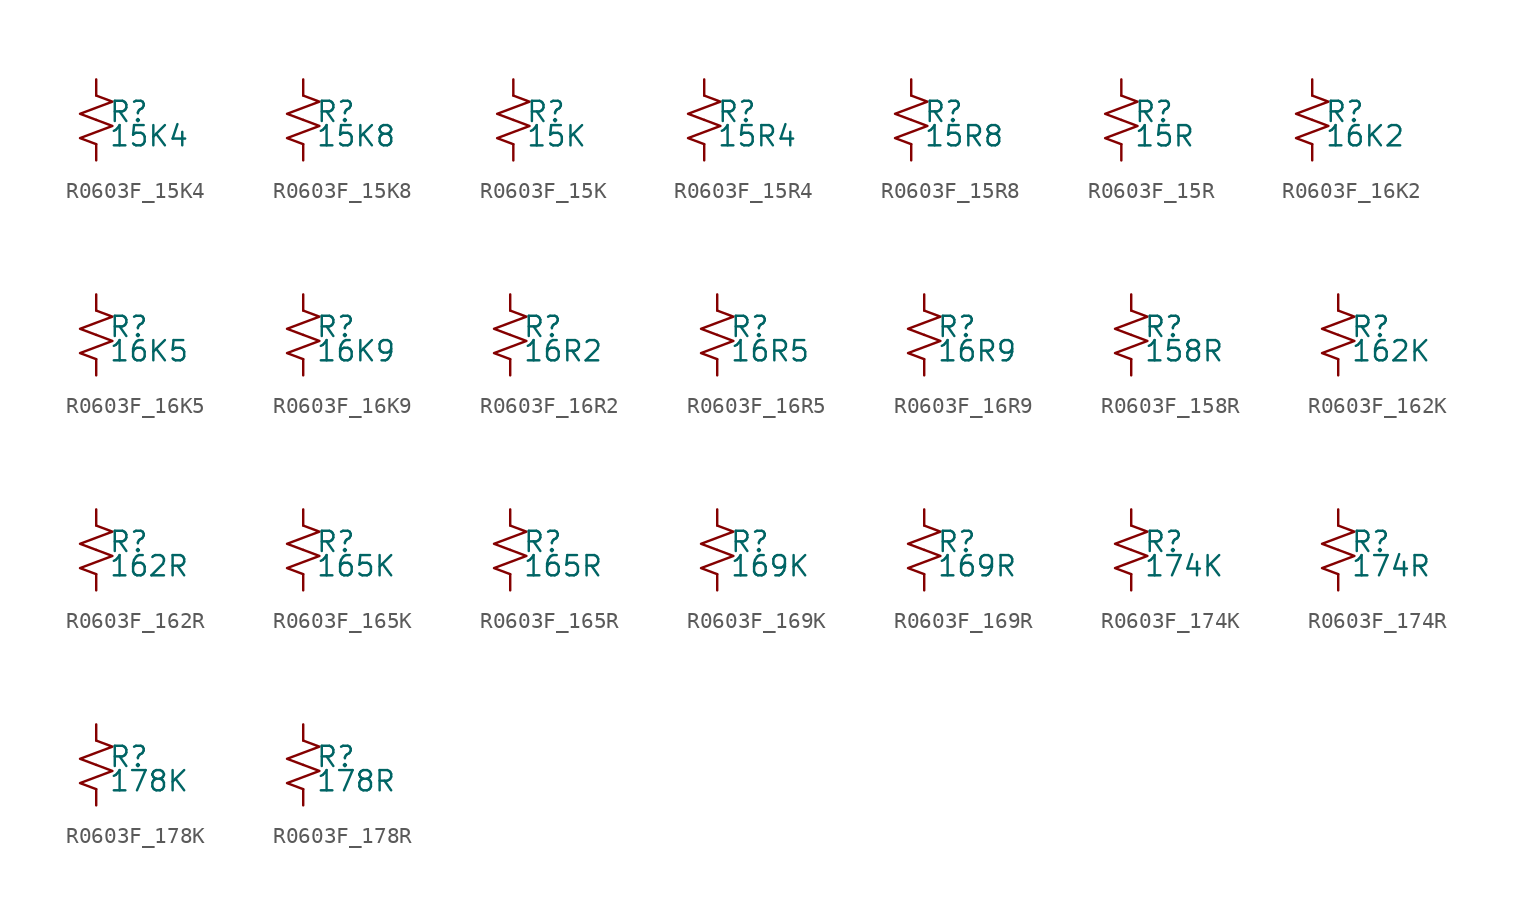
<source format=kicad_sym>
(kicad_symbol_lib
  (version 20220914)
  (generator kicad_symbol_editor)
  (symbol "R0603F_15K4"
    (pin_numbers hide)
    (pin_names
      (offset 0.254) hide)
    (property "Reference" "R"
      (at 0.762 0.508 0)
      (effects (font (size 1.27 1.27)) (justify left)))
    (property "Value" "15K4"
      (at 0.762 -1.016 0)
      (effects (font (size 1.27 1.27)) (justify left)))
    (symbol "R0603F_15K4_1_1"
      (polyline (pts (xy 0 0) (xy 1.016 -0.381) (xy 0 -0.762) (xy -1.016 -1.143) (xy 0 -1.524)) (stroke (width 0) (type default)) (fill (type none)))
      (polyline (pts (xy 0 1.524) (xy 1.016 1.143) (xy 0 0.762) (xy -1.016 0.381) (xy 0 0)) (stroke (width 0) (type default)) (fill (type none)))
      (pin passive line (at 0 2.54 270) (length 1.016) (name "~" (effects (font (size 1.27 1.27)))) (number "1" (effects (font (size 1.27 1.27)))))
      (pin passive line (at 0 -2.54 90) (length 1.016) (name "~" (effects (font (size 1.27 1.27)))) (number "2" (effects (font (size 1.27 1.27)))))))
  (symbol "R0603F_15K8"
    (pin_numbers hide)
    (pin_names
      (offset 0.254) hide)
    (property "Reference" "R"
      (at 0.762 0.508 0)
      (effects (font (size 1.27 1.27)) (justify left)))
    (property "Value" "15K8"
      (at 0.762 -1.016 0)
      (effects (font (size 1.27 1.27)) (justify left)))
    (symbol "R0603F_15K8_1_1"
      (polyline (pts (xy 0 0) (xy 1.016 -0.381) (xy 0 -0.762) (xy -1.016 -1.143) (xy 0 -1.524)) (stroke (width 0) (type default)) (fill (type none)))
      (polyline (pts (xy 0 1.524) (xy 1.016 1.143) (xy 0 0.762) (xy -1.016 0.381) (xy 0 0)) (stroke (width 0) (type default)) (fill (type none)))
      (pin passive line (at 0 2.54 270) (length 1.016) (name "~" (effects (font (size 1.27 1.27)))) (number "1" (effects (font (size 1.27 1.27)))))
      (pin passive line (at 0 -2.54 90) (length 1.016) (name "~" (effects (font (size 1.27 1.27)))) (number "2" (effects (font (size 1.27 1.27)))))))
  (symbol "R0603F_15K"
    (pin_numbers hide)
    (pin_names
      (offset 0.254) hide)
    (property "Reference" "R"
      (at 0.762 0.508 0)
      (effects (font (size 1.27 1.27)) (justify left)))
    (property "Value" "15K"
      (at 0.762 -1.016 0)
      (effects (font (size 1.27 1.27)) (justify left)))
    (symbol "R0603F_15K_1_1"
      (polyline (pts (xy 0 0) (xy 1.016 -0.381) (xy 0 -0.762) (xy -1.016 -1.143) (xy 0 -1.524)) (stroke (width 0) (type default)) (fill (type none)))
      (polyline (pts (xy 0 1.524) (xy 1.016 1.143) (xy 0 0.762) (xy -1.016 0.381) (xy 0 0)) (stroke (width 0) (type default)) (fill (type none)))
      (pin passive line (at 0 2.54 270) (length 1.016) (name "~" (effects (font (size 1.27 1.27)))) (number "1" (effects (font (size 1.27 1.27)))))
      (pin passive line (at 0 -2.54 90) (length 1.016) (name "~" (effects (font (size 1.27 1.27)))) (number "2" (effects (font (size 1.27 1.27)))))))
  (symbol "R0603F_15R4"
    (pin_numbers hide)
    (pin_names
      (offset 0.254) hide)
    (property "Reference" "R"
      (at 0.762 0.508 0)
      (effects (font (size 1.27 1.27)) (justify left)))
    (property "Value" "15R4"
      (at 0.762 -1.016 0)
      (effects (font (size 1.27 1.27)) (justify left)))
    (symbol "R0603F_15R4_1_1"
      (polyline (pts (xy 0 0) (xy 1.016 -0.381) (xy 0 -0.762) (xy -1.016 -1.143) (xy 0 -1.524)) (stroke (width 0) (type default)) (fill (type none)))
      (polyline (pts (xy 0 1.524) (xy 1.016 1.143) (xy 0 0.762) (xy -1.016 0.381) (xy 0 0)) (stroke (width 0) (type default)) (fill (type none)))
      (pin passive line (at 0 2.54 270) (length 1.016) (name "~" (effects (font (size 1.27 1.27)))) (number "1" (effects (font (size 1.27 1.27)))))
      (pin passive line (at 0 -2.54 90) (length 1.016) (name "~" (effects (font (size 1.27 1.27)))) (number "2" (effects (font (size 1.27 1.27)))))))
  (symbol "R0603F_15R8"
    (pin_numbers hide)
    (pin_names
      (offset 0.254) hide)
    (property "Reference" "R"
      (at 0.762 0.508 0)
      (effects (font (size 1.27 1.27)) (justify left)))
    (property "Value" "15R8"
      (at 0.762 -1.016 0)
      (effects (font (size 1.27 1.27)) (justify left)))
    (symbol "R0603F_15R8_1_1"
      (polyline (pts (xy 0 0) (xy 1.016 -0.381) (xy 0 -0.762) (xy -1.016 -1.143) (xy 0 -1.524)) (stroke (width 0) (type default)) (fill (type none)))
      (polyline (pts (xy 0 1.524) (xy 1.016 1.143) (xy 0 0.762) (xy -1.016 0.381) (xy 0 0)) (stroke (width 0) (type default)) (fill (type none)))
      (pin passive line (at 0 2.54 270) (length 1.016) (name "~" (effects (font (size 1.27 1.27)))) (number "1" (effects (font (size 1.27 1.27)))))
      (pin passive line (at 0 -2.54 90) (length 1.016) (name "~" (effects (font (size 1.27 1.27)))) (number "2" (effects (font (size 1.27 1.27)))))))
  (symbol "R0603F_15R"
    (pin_numbers hide)
    (pin_names
      (offset 0.254) hide)
    (property "Reference" "R"
      (at 0.762 0.508 0)
      (effects (font (size 1.27 1.27)) (justify left)))
    (property "Value" "15R"
      (at 0.762 -1.016 0)
      (effects (font (size 1.27 1.27)) (justify left)))
    (symbol "R0603F_15R_1_1"
      (polyline (pts (xy 0 0) (xy 1.016 -0.381) (xy 0 -0.762) (xy -1.016 -1.143) (xy 0 -1.524)) (stroke (width 0) (type default)) (fill (type none)))
      (polyline (pts (xy 0 1.524) (xy 1.016 1.143) (xy 0 0.762) (xy -1.016 0.381) (xy 0 0)) (stroke (width 0) (type default)) (fill (type none)))
      (pin passive line (at 0 2.54 270) (length 1.016) (name "~" (effects (font (size 1.27 1.27)))) (number "1" (effects (font (size 1.27 1.27)))))
      (pin passive line (at 0 -2.54 90) (length 1.016) (name "~" (effects (font (size 1.27 1.27)))) (number "2" (effects (font (size 1.27 1.27)))))))
  (symbol "R0603F_16K2"
    (pin_numbers hide)
    (pin_names
      (offset 0.254) hide)
    (property "Reference" "R"
      (at 0.762 0.508 0)
      (effects (font (size 1.27 1.27)) (justify left)))
    (property "Value" "16K2"
      (at 0.762 -1.016 0)
      (effects (font (size 1.27 1.27)) (justify left)))
    (symbol "R0603F_16K2_1_1"
      (polyline (pts (xy 0 0) (xy 1.016 -0.381) (xy 0 -0.762) (xy -1.016 -1.143) (xy 0 -1.524)) (stroke (width 0) (type default)) (fill (type none)))
      (polyline (pts (xy 0 1.524) (xy 1.016 1.143) (xy 0 0.762) (xy -1.016 0.381) (xy 0 0)) (stroke (width 0) (type default)) (fill (type none)))
      (pin passive line (at 0 2.54 270) (length 1.016) (name "~" (effects (font (size 1.27 1.27)))) (number "1" (effects (font (size 1.27 1.27)))))
      (pin passive line (at 0 -2.54 90) (length 1.016) (name "~" (effects (font (size 1.27 1.27)))) (number "2" (effects (font (size 1.27 1.27)))))))
  (symbol "R0603F_16K5"
    (pin_numbers hide)
    (pin_names
      (offset 0.254) hide)
    (property "Reference" "R"
      (at 0.762 0.508 0)
      (effects (font (size 1.27 1.27)) (justify left)))
    (property "Value" "16K5"
      (at 0.762 -1.016 0)
      (effects (font (size 1.27 1.27)) (justify left)))
    (symbol "R0603F_16K5_1_1"
      (polyline (pts (xy 0 0) (xy 1.016 -0.381) (xy 0 -0.762) (xy -1.016 -1.143) (xy 0 -1.524)) (stroke (width 0) (type default)) (fill (type none)))
      (polyline (pts (xy 0 1.524) (xy 1.016 1.143) (xy 0 0.762) (xy -1.016 0.381) (xy 0 0)) (stroke (width 0) (type default)) (fill (type none)))
      (pin passive line (at 0 2.54 270) (length 1.016) (name "~" (effects (font (size 1.27 1.27)))) (number "1" (effects (font (size 1.27 1.27)))))
      (pin passive line (at 0 -2.54 90) (length 1.016) (name "~" (effects (font (size 1.27 1.27)))) (number "2" (effects (font (size 1.27 1.27)))))))
  (symbol "R0603F_16K9"
    (pin_numbers hide)
    (pin_names
      (offset 0.254) hide)
    (property "Reference" "R"
      (at 0.762 0.508 0)
      (effects (font (size 1.27 1.27)) (justify left)))
    (property "Value" "16K9"
      (at 0.762 -1.016 0)
      (effects (font (size 1.27 1.27)) (justify left)))
    (symbol "R0603F_16K9_1_1"
      (polyline (pts (xy 0 0) (xy 1.016 -0.381) (xy 0 -0.762) (xy -1.016 -1.143) (xy 0 -1.524)) (stroke (width 0) (type default)) (fill (type none)))
      (polyline (pts (xy 0 1.524) (xy 1.016 1.143) (xy 0 0.762) (xy -1.016 0.381) (xy 0 0)) (stroke (width 0) (type default)) (fill (type none)))
      (pin passive line (at 0 2.54 270) (length 1.016) (name "~" (effects (font (size 1.27 1.27)))) (number "1" (effects (font (size 1.27 1.27)))))
      (pin passive line (at 0 -2.54 90) (length 1.016) (name "~" (effects (font (size 1.27 1.27)))) (number "2" (effects (font (size 1.27 1.27)))))))
  (symbol "R0603F_16R2"
    (pin_numbers hide)
    (pin_names
      (offset 0.254) hide)
    (property "Reference" "R"
      (at 0.762 0.508 0)
      (effects (font (size 1.27 1.27)) (justify left)))
    (property "Value" "16R2"
      (at 0.762 -1.016 0)
      (effects (font (size 1.27 1.27)) (justify left)))
    (symbol "R0603F_16R2_1_1"
      (polyline (pts (xy 0 0) (xy 1.016 -0.381) (xy 0 -0.762) (xy -1.016 -1.143) (xy 0 -1.524)) (stroke (width 0) (type default)) (fill (type none)))
      (polyline (pts (xy 0 1.524) (xy 1.016 1.143) (xy 0 0.762) (xy -1.016 0.381) (xy 0 0)) (stroke (width 0) (type default)) (fill (type none)))
      (pin passive line (at 0 2.54 270) (length 1.016) (name "~" (effects (font (size 1.27 1.27)))) (number "1" (effects (font (size 1.27 1.27)))))
      (pin passive line (at 0 -2.54 90) (length 1.016) (name "~" (effects (font (size 1.27 1.27)))) (number "2" (effects (font (size 1.27 1.27)))))))
  (symbol "R0603F_16R5"
    (pin_numbers hide)
    (pin_names
      (offset 0.254) hide)
    (property "Reference" "R"
      (at 0.762 0.508 0)
      (effects (font (size 1.27 1.27)) (justify left)))
    (property "Value" "16R5"
      (at 0.762 -1.016 0)
      (effects (font (size 1.27 1.27)) (justify left)))
    (symbol "R0603F_16R5_1_1"
      (polyline (pts (xy 0 0) (xy 1.016 -0.381) (xy 0 -0.762) (xy -1.016 -1.143) (xy 0 -1.524)) (stroke (width 0) (type default)) (fill (type none)))
      (polyline (pts (xy 0 1.524) (xy 1.016 1.143) (xy 0 0.762) (xy -1.016 0.381) (xy 0 0)) (stroke (width 0) (type default)) (fill (type none)))
      (pin passive line (at 0 2.54 270) (length 1.016) (name "~" (effects (font (size 1.27 1.27)))) (number "1" (effects (font (size 1.27 1.27)))))
      (pin passive line (at 0 -2.54 90) (length 1.016) (name "~" (effects (font (size 1.27 1.27)))) (number "2" (effects (font (size 1.27 1.27)))))))
  (symbol "R0603F_16R9"
    (pin_numbers hide)
    (pin_names
      (offset 0.254) hide)
    (property "Reference" "R"
      (at 0.762 0.508 0)
      (effects (font (size 1.27 1.27)) (justify left)))
    (property "Value" "16R9"
      (at 0.762 -1.016 0)
      (effects (font (size 1.27 1.27)) (justify left)))
    (symbol "R0603F_16R9_1_1"
      (polyline (pts (xy 0 0) (xy 1.016 -0.381) (xy 0 -0.762) (xy -1.016 -1.143) (xy 0 -1.524)) (stroke (width 0) (type default)) (fill (type none)))
      (polyline (pts (xy 0 1.524) (xy 1.016 1.143) (xy 0 0.762) (xy -1.016 0.381) (xy 0 0)) (stroke (width 0) (type default)) (fill (type none)))
      (pin passive line (at 0 2.54 270) (length 1.016) (name "~" (effects (font (size 1.27 1.27)))) (number "1" (effects (font (size 1.27 1.27)))))
      (pin passive line (at 0 -2.54 90) (length 1.016) (name "~" (effects (font (size 1.27 1.27)))) (number "2" (effects (font (size 1.27 1.27)))))))
  (symbol "R0603F_158R"
    (pin_numbers hide)
    (pin_names
      (offset 0.254) hide)
    (property "Reference" "R"
      (at 0.762 0.508 0)
      (effects (font (size 1.27 1.27)) (justify left)))
    (property "Value" "158R"
      (at 0.762 -1.016 0)
      (effects (font (size 1.27 1.27)) (justify left)))
    (symbol "R0603F_158R_1_1"
      (polyline (pts (xy 0 0) (xy 1.016 -0.381) (xy 0 -0.762) (xy -1.016 -1.143) (xy 0 -1.524)) (stroke (width 0) (type default)) (fill (type none)))
      (polyline (pts (xy 0 1.524) (xy 1.016 1.143) (xy 0 0.762) (xy -1.016 0.381) (xy 0 0)) (stroke (width 0) (type default)) (fill (type none)))
      (pin passive line (at 0 2.54 270) (length 1.016) (name "~" (effects (font (size 1.27 1.27)))) (number "1" (effects (font (size 1.27 1.27)))))
      (pin passive line (at 0 -2.54 90) (length 1.016) (name "~" (effects (font (size 1.27 1.27)))) (number "2" (effects (font (size 1.27 1.27)))))))
  (symbol "R0603F_162K"
    (pin_numbers hide)
    (pin_names
      (offset 0.254) hide)
    (property "Reference" "R"
      (at 0.762 0.508 0)
      (effects (font (size 1.27 1.27)) (justify left)))
    (property "Value" "162K"
      (at 0.762 -1.016 0)
      (effects (font (size 1.27 1.27)) (justify left)))
    (symbol "R0603F_162K_1_1"
      (polyline (pts (xy 0 0) (xy 1.016 -0.381) (xy 0 -0.762) (xy -1.016 -1.143) (xy 0 -1.524)) (stroke (width 0) (type default)) (fill (type none)))
      (polyline (pts (xy 0 1.524) (xy 1.016 1.143) (xy 0 0.762) (xy -1.016 0.381) (xy 0 0)) (stroke (width 0) (type default)) (fill (type none)))
      (pin passive line (at 0 2.54 270) (length 1.016) (name "~" (effects (font (size 1.27 1.27)))) (number "1" (effects (font (size 1.27 1.27)))))
      (pin passive line (at 0 -2.54 90) (length 1.016) (name "~" (effects (font (size 1.27 1.27)))) (number "2" (effects (font (size 1.27 1.27)))))))
  (symbol "R0603F_162R"
    (pin_numbers hide)
    (pin_names
      (offset 0.254) hide)
    (property "Reference" "R"
      (at 0.762 0.508 0)
      (effects (font (size 1.27 1.27)) (justify left)))
    (property "Value" "162R"
      (at 0.762 -1.016 0)
      (effects (font (size 1.27 1.27)) (justify left)))
    (symbol "R0603F_162R_1_1"
      (polyline (pts (xy 0 0) (xy 1.016 -0.381) (xy 0 -0.762) (xy -1.016 -1.143) (xy 0 -1.524)) (stroke (width 0) (type default)) (fill (type none)))
      (polyline (pts (xy 0 1.524) (xy 1.016 1.143) (xy 0 0.762) (xy -1.016 0.381) (xy 0 0)) (stroke (width 0) (type default)) (fill (type none)))
      (pin passive line (at 0 2.54 270) (length 1.016) (name "~" (effects (font (size 1.27 1.27)))) (number "1" (effects (font (size 1.27 1.27)))))
      (pin passive line (at 0 -2.54 90) (length 1.016) (name "~" (effects (font (size 1.27 1.27)))) (number "2" (effects (font (size 1.27 1.27)))))))
  (symbol "R0603F_165K"
    (pin_numbers hide)
    (pin_names
      (offset 0.254) hide)
    (property "Reference" "R"
      (at 0.762 0.508 0)
      (effects (font (size 1.27 1.27)) (justify left)))
    (property "Value" "165K"
      (at 0.762 -1.016 0)
      (effects (font (size 1.27 1.27)) (justify left)))
    (symbol "R0603F_165K_1_1"
      (polyline (pts (xy 0 0) (xy 1.016 -0.381) (xy 0 -0.762) (xy -1.016 -1.143) (xy 0 -1.524)) (stroke (width 0) (type default)) (fill (type none)))
      (polyline (pts (xy 0 1.524) (xy 1.016 1.143) (xy 0 0.762) (xy -1.016 0.381) (xy 0 0)) (stroke (width 0) (type default)) (fill (type none)))
      (pin passive line (at 0 2.54 270) (length 1.016) (name "~" (effects (font (size 1.27 1.27)))) (number "1" (effects (font (size 1.27 1.27)))))
      (pin passive line (at 0 -2.54 90) (length 1.016) (name "~" (effects (font (size 1.27 1.27)))) (number "2" (effects (font (size 1.27 1.27)))))))
  (symbol "R0603F_165R"
    (pin_numbers hide)
    (pin_names
      (offset 0.254) hide)
    (property "Reference" "R"
      (at 0.762 0.508 0)
      (effects (font (size 1.27 1.27)) (justify left)))
    (property "Value" "165R"
      (at 0.762 -1.016 0)
      (effects (font (size 1.27 1.27)) (justify left)))
    (symbol "R0603F_165R_1_1"
      (polyline (pts (xy 0 0) (xy 1.016 -0.381) (xy 0 -0.762) (xy -1.016 -1.143) (xy 0 -1.524)) (stroke (width 0) (type default)) (fill (type none)))
      (polyline (pts (xy 0 1.524) (xy 1.016 1.143) (xy 0 0.762) (xy -1.016 0.381) (xy 0 0)) (stroke (width 0) (type default)) (fill (type none)))
      (pin passive line (at 0 2.54 270) (length 1.016) (name "~" (effects (font (size 1.27 1.27)))) (number "1" (effects (font (size 1.27 1.27)))))
      (pin passive line (at 0 -2.54 90) (length 1.016) (name "~" (effects (font (size 1.27 1.27)))) (number "2" (effects (font (size 1.27 1.27)))))))
  (symbol "R0603F_169K"
    (pin_numbers hide)
    (pin_names
      (offset 0.254) hide)
    (property "Reference" "R"
      (at 0.762 0.508 0)
      (effects (font (size 1.27 1.27)) (justify left)))
    (property "Value" "169K"
      (at 0.762 -1.016 0)
      (effects (font (size 1.27 1.27)) (justify left)))
    (symbol "R0603F_169K_1_1"
      (polyline (pts (xy 0 0) (xy 1.016 -0.381) (xy 0 -0.762) (xy -1.016 -1.143) (xy 0 -1.524)) (stroke (width 0) (type default)) (fill (type none)))
      (polyline (pts (xy 0 1.524) (xy 1.016 1.143) (xy 0 0.762) (xy -1.016 0.381) (xy 0 0)) (stroke (width 0) (type default)) (fill (type none)))
      (pin passive line (at 0 2.54 270) (length 1.016) (name "~" (effects (font (size 1.27 1.27)))) (number "1" (effects (font (size 1.27 1.27)))))
      (pin passive line (at 0 -2.54 90) (length 1.016) (name "~" (effects (font (size 1.27 1.27)))) (number "2" (effects (font (size 1.27 1.27)))))))
  (symbol "R0603F_169R"
    (pin_numbers hide)
    (pin_names
      (offset 0.254) hide)
    (property "Reference" "R"
      (at 0.762 0.508 0)
      (effects (font (size 1.27 1.27)) (justify left)))
    (property "Value" "169R"
      (at 0.762 -1.016 0)
      (effects (font (size 1.27 1.27)) (justify left)))
    (symbol "R0603F_169R_1_1"
      (polyline (pts (xy 0 0) (xy 1.016 -0.381) (xy 0 -0.762) (xy -1.016 -1.143) (xy 0 -1.524)) (stroke (width 0) (type default)) (fill (type none)))
      (polyline (pts (xy 0 1.524) (xy 1.016 1.143) (xy 0 0.762) (xy -1.016 0.381) (xy 0 0)) (stroke (width 0) (type default)) (fill (type none)))
      (pin passive line (at 0 2.54 270) (length 1.016) (name "~" (effects (font (size 1.27 1.27)))) (number "1" (effects (font (size 1.27 1.27)))))
      (pin passive line (at 0 -2.54 90) (length 1.016) (name "~" (effects (font (size 1.27 1.27)))) (number "2" (effects (font (size 1.27 1.27)))))))
  (symbol "R0603F_174K"
    (pin_numbers hide)
    (pin_names
      (offset 0.254) hide)
    (property "Reference" "R"
      (at 0.762 0.508 0)
      (effects (font (size 1.27 1.27)) (justify left)))
    (property "Value" "174K"
      (at 0.762 -1.016 0)
      (effects (font (size 1.27 1.27)) (justify left)))
    (symbol "R0603F_174K_1_1"
      (polyline (pts (xy 0 0) (xy 1.016 -0.381) (xy 0 -0.762) (xy -1.016 -1.143) (xy 0 -1.524)) (stroke (width 0) (type default)) (fill (type none)))
      (polyline (pts (xy 0 1.524) (xy 1.016 1.143) (xy 0 0.762) (xy -1.016 0.381) (xy 0 0)) (stroke (width 0) (type default)) (fill (type none)))
      (pin passive line (at 0 2.54 270) (length 1.016) (name "~" (effects (font (size 1.27 1.27)))) (number "1" (effects (font (size 1.27 1.27)))))
      (pin passive line (at 0 -2.54 90) (length 1.016) (name "~" (effects (font (size 1.27 1.27)))) (number "2" (effects (font (size 1.27 1.27)))))))
  (symbol "R0603F_174R"
    (pin_numbers hide)
    (pin_names
      (offset 0.254) hide)
    (property "Reference" "R"
      (at 0.762 0.508 0)
      (effects (font (size 1.27 1.27)) (justify left)))
    (property "Value" "174R"
      (at 0.762 -1.016 0)
      (effects (font (size 1.27 1.27)) (justify left)))
    (symbol "R0603F_174R_1_1"
      (polyline (pts (xy 0 0) (xy 1.016 -0.381) (xy 0 -0.762) (xy -1.016 -1.143) (xy 0 -1.524)) (stroke (width 0) (type default)) (fill (type none)))
      (polyline (pts (xy 0 1.524) (xy 1.016 1.143) (xy 0 0.762) (xy -1.016 0.381) (xy 0 0)) (stroke (width 0) (type default)) (fill (type none)))
      (pin passive line (at 0 2.54 270) (length 1.016) (name "~" (effects (font (size 1.27 1.27)))) (number "1" (effects (font (size 1.27 1.27)))))
      (pin passive line (at 0 -2.54 90) (length 1.016) (name "~" (effects (font (size 1.27 1.27)))) (number "2" (effects (font (size 1.27 1.27)))))))
  (symbol "R0603F_178K"
    (pin_numbers hide)
    (pin_names
      (offset 0.254) hide)
    (property "Reference" "R"
      (at 0.762 0.508 0)
      (effects (font (size 1.27 1.27)) (justify left)))
    (property "Value" "178K"
      (at 0.762 -1.016 0)
      (effects (font (size 1.27 1.27)) (justify left)))
    (symbol "R0603F_178K_1_1"
      (polyline (pts (xy 0 0) (xy 1.016 -0.381) (xy 0 -0.762) (xy -1.016 -1.143) (xy 0 -1.524)) (stroke (width 0) (type default)) (fill (type none)))
      (polyline (pts (xy 0 1.524) (xy 1.016 1.143) (xy 0 0.762) (xy -1.016 0.381) (xy 0 0)) (stroke (width 0) (type default)) (fill (type none)))
      (pin passive line (at 0 2.54 270) (length 1.016) (name "~" (effects (font (size 1.27 1.27)))) (number "1" (effects (font (size 1.27 1.27)))))
      (pin passive line (at 0 -2.54 90) (length 1.016) (name "~" (effects (font (size 1.27 1.27)))) (number "2" (effects (font (size 1.27 1.27)))))))
  (symbol "R0603F_178R"
    (pin_numbers hide)
    (pin_names
      (offset 0.254) hide)
    (property "Reference" "R"
      (at 0.762 0.508 0)
      (effects (font (size 1.27 1.27)) (justify left)))
    (property "Value" "178R"
      (at 0.762 -1.016 0)
      (effects (font (size 1.27 1.27)) (justify left)))
    (symbol "R0603F_178R_1_1"
      (polyline (pts (xy 0 0) (xy 1.016 -0.381) (xy 0 -0.762) (xy -1.016 -1.143) (xy 0 -1.524)) (stroke (width 0) (type default)) (fill (type none)))
      (polyline (pts (xy 0 1.524) (xy 1.016 1.143) (xy 0 0.762) (xy -1.016 0.381) (xy 0 0)) (stroke (width 0) (type default)) (fill (type none)))
      (pin passive line (at 0 2.54 270) (length 1.016) (name "~" (effects (font (size 1.27 1.27)))) (number "1" (effects (font (size 1.27 1.27)))))
      (pin passive line (at 0 -2.54 90) (length 1.016) (name "~" (effects (font (size 1.27 1.27)))) (number "2" (effects (font (size 1.27 1.27))))))))
</source>
